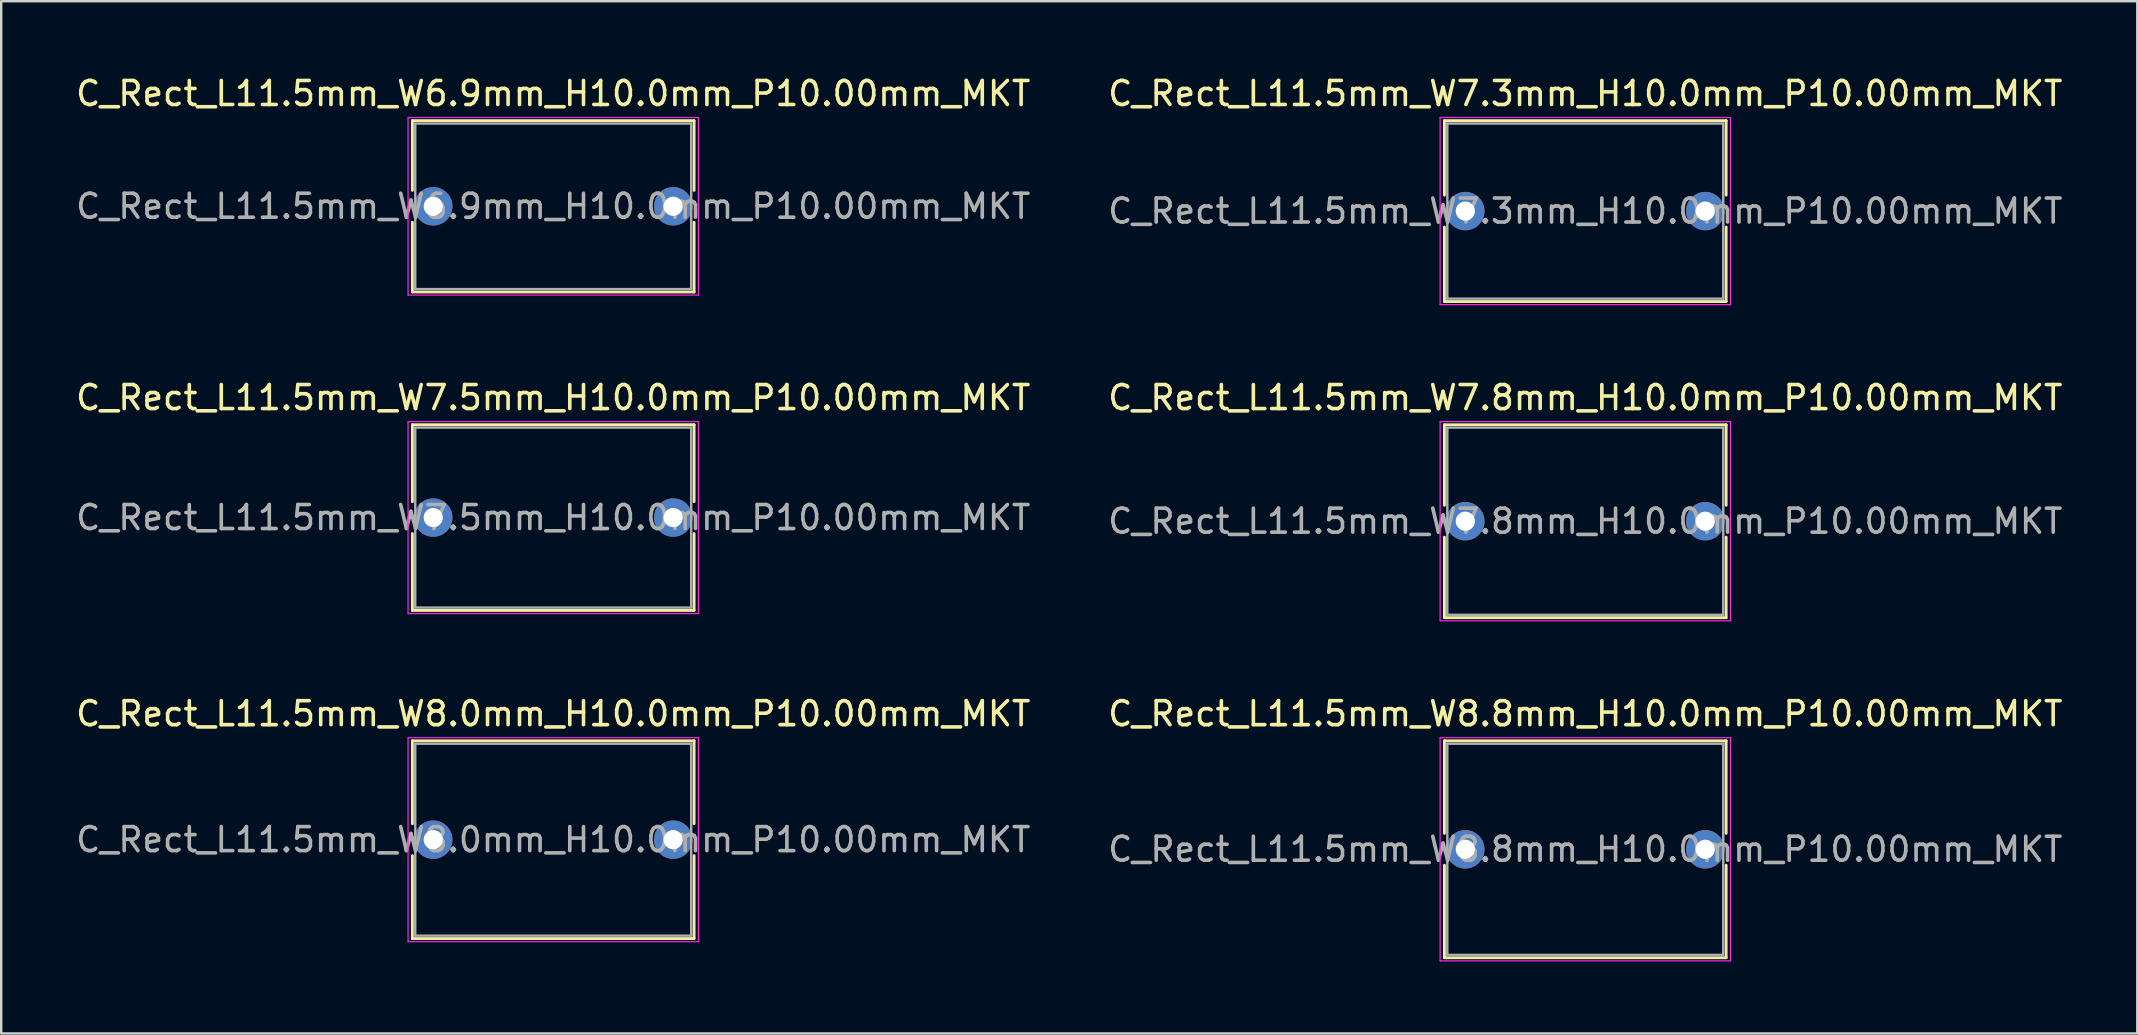
<source format=kicad_pcb>
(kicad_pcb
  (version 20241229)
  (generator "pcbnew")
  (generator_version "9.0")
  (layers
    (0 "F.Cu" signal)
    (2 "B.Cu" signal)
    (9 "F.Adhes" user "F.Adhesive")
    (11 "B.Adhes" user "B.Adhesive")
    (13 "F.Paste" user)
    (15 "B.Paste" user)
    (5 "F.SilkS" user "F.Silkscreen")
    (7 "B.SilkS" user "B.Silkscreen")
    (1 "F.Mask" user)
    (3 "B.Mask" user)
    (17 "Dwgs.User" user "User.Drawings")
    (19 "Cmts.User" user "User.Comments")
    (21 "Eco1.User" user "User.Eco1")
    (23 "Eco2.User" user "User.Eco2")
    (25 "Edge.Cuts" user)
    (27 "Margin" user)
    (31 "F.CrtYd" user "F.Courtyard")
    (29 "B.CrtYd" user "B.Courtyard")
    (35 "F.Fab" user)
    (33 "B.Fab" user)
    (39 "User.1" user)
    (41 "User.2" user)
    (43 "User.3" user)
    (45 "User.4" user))
  (footprint "C_Rect_L11.5mm_W7.3mm_H10.0mm_P10.00mm_MKT"
    (layer "F.Cu")
    (at 58.018 5.748)
    (property "Reference" "C_Rect_L11.5mm_W7.3mm_H10.0mm_P10.00mm_MKT" (at 5 -4.9 0) (layer "F.SilkS") (effects (font (size 1 1) (thickness 0.15))))
    (attr through_hole)
    (fp_line (start -0.87 -3.77) (end -0.87 -0.665) (stroke (width 0.12) (type solid)) (layer "F.SilkS"))
    (fp_line (start -0.87 -3.77) (end 10.87 -3.77) (stroke (width 0.12) (type solid)) (layer "F.SilkS"))
    (fp_line (start -0.87 0.665) (end -0.87 3.77) (stroke (width 0.12) (type solid)) (layer "F.SilkS"))
    (fp_line (start -0.87 3.77) (end 10.87 3.77) (stroke (width 0.12) (type solid)) (layer "F.SilkS"))
    (fp_line (start 10.87 -3.77) (end 10.87 -0.665) (stroke (width 0.12) (type solid)) (layer "F.SilkS"))
    (fp_line (start 10.87 0.665) (end 10.87 3.77) (stroke (width 0.12) (type solid)) (layer "F.SilkS"))
    (fp_line (start -1.05 -3.9) (end -1.05 3.9) (stroke (width 0.05) (type solid)) (layer "F.CrtYd"))
    (fp_line (start -1.05 3.9) (end 11.05 3.9) (stroke (width 0.05) (type solid)) (layer "F.CrtYd"))
    (fp_line (start 11.05 -3.9) (end -1.05 -3.9) (stroke (width 0.05) (type solid)) (layer "F.CrtYd"))
    (fp_line (start 11.05 3.9) (end 11.05 -3.9) (stroke (width 0.05) (type solid)) (layer "F.CrtYd"))
    (fp_line (start -0.75 -3.65) (end -0.75 3.65) (stroke (width 0.1) (type solid)) (layer "F.Fab"))
    (fp_line (start -0.75 3.65) (end 10.75 3.65) (stroke (width 0.1) (type solid)) (layer "F.Fab"))
    (fp_line (start 10.75 -3.65) (end -0.75 -3.65) (stroke (width 0.1) (type solid)) (layer "F.Fab"))
    (fp_line (start 10.75 3.65) (end 10.75 -3.65) (stroke (width 0.1) (type solid)) (layer "F.Fab"))
    (fp_text user "${REFERENCE}" (at 5 0 0) (layer "F.Fab") (effects (font (size 1 1) (thickness 0.15))))
    (pad "1" thru_hole circle (at 0 0) (size 1.6 1.6) (drill 0.8) (layers "*.Cu" "*.Mask"))
    (pad "2" thru_hole circle (at 10 0) (size 1.6 1.6) (drill 0.8) (layers "*.Cu" "*.Mask")))
  (footprint "C_Rect_L11.5mm_W8.0mm_H10.0mm_P10.00mm_MKT"
    (layer "F.Cu")
    (at 15.006 31.945)
    (property "Reference" "C_Rect_L11.5mm_W8.0mm_H10.0mm_P10.00mm_MKT" (at 5 -5.25 0) (layer "F.SilkS") (effects (font (size 1 1) (thickness 0.15))))
    (attr through_hole)
    (fp_line (start -0.87 -4.12) (end -0.87 -0.665) (stroke (width 0.12) (type solid)) (layer "F.SilkS"))
    (fp_line (start -0.87 -4.12) (end 10.87 -4.12) (stroke (width 0.12) (type solid)) (layer "F.SilkS"))
    (fp_line (start -0.87 0.665) (end -0.87 4.12) (stroke (width 0.12) (type solid)) (layer "F.SilkS"))
    (fp_line (start -0.87 4.12) (end 10.87 4.12) (stroke (width 0.12) (type solid)) (layer "F.SilkS"))
    (fp_line (start 10.87 -4.12) (end 10.87 -0.665) (stroke (width 0.12) (type solid)) (layer "F.SilkS"))
    (fp_line (start 10.87 0.665) (end 10.87 4.12) (stroke (width 0.12) (type solid)) (layer "F.SilkS"))
    (fp_line (start -1.05 -4.25) (end -1.05 4.25) (stroke (width 0.05) (type solid)) (layer "F.CrtYd"))
    (fp_line (start -1.05 4.25) (end 11.05 4.25) (stroke (width 0.05) (type solid)) (layer "F.CrtYd"))
    (fp_line (start 11.05 -4.25) (end -1.05 -4.25) (stroke (width 0.05) (type solid)) (layer "F.CrtYd"))
    (fp_line (start 11.05 4.25) (end 11.05 -4.25) (stroke (width 0.05) (type solid)) (layer "F.CrtYd"))
    (fp_line (start -0.75 -4) (end -0.75 4) (stroke (width 0.1) (type solid)) (layer "F.Fab"))
    (fp_line (start -0.75 4) (end 10.75 4) (stroke (width 0.1) (type solid)) (layer "F.Fab"))
    (fp_line (start 10.75 -4) (end -0.75 -4) (stroke (width 0.1) (type solid)) (layer "F.Fab"))
    (fp_line (start 10.75 4) (end 10.75 -4) (stroke (width 0.1) (type solid)) (layer "F.Fab"))
    (fp_text user "${REFERENCE}" (at 5 0 0) (layer "F.Fab") (effects (font (size 1 1) (thickness 0.15))))
    (pad "1" thru_hole circle (at 0 0) (size 1.6 1.6) (drill 0.8) (layers "*.Cu" "*.Mask"))
    (pad "2" thru_hole circle (at 10 0) (size 1.6 1.6) (drill 0.8) (layers "*.Cu" "*.Mask")))
  (footprint "C_Rect_L11.5mm_W7.8mm_H10.0mm_P10.00mm_MKT"
    (layer "F.Cu")
    (at 58.018 18.672)
    (property "Reference" "C_Rect_L11.5mm_W7.8mm_H10.0mm_P10.00mm_MKT" (at 5 -5.15 0) (layer "F.SilkS") (effects (font (size 1 1) (thickness 0.15))))
    (attr through_hole)
    (fp_line (start -0.87 -4.02) (end -0.87 -0.665) (stroke (width 0.12) (type solid)) (layer "F.SilkS"))
    (fp_line (start -0.87 -4.02) (end 10.87 -4.02) (stroke (width 0.12) (type solid)) (layer "F.SilkS"))
    (fp_line (start -0.87 0.665) (end -0.87 4.02) (stroke (width 0.12) (type solid)) (layer "F.SilkS"))
    (fp_line (start -0.87 4.02) (end 10.87 4.02) (stroke (width 0.12) (type solid)) (layer "F.SilkS"))
    (fp_line (start 10.87 -4.02) (end 10.87 -0.665) (stroke (width 0.12) (type solid)) (layer "F.SilkS"))
    (fp_line (start 10.87 0.665) (end 10.87 4.02) (stroke (width 0.12) (type solid)) (layer "F.SilkS"))
    (fp_line (start -1.05 -4.15) (end -1.05 4.15) (stroke (width 0.05) (type solid)) (layer "F.CrtYd"))
    (fp_line (start -1.05 4.15) (end 11.05 4.15) (stroke (width 0.05) (type solid)) (layer "F.CrtYd"))
    (fp_line (start 11.05 -4.15) (end -1.05 -4.15) (stroke (width 0.05) (type solid)) (layer "F.CrtYd"))
    (fp_line (start 11.05 4.15) (end 11.05 -4.15) (stroke (width 0.05) (type solid)) (layer "F.CrtYd"))
    (fp_line (start -0.75 -3.9) (end -0.75 3.9) (stroke (width 0.1) (type solid)) (layer "F.Fab"))
    (fp_line (start -0.75 3.9) (end 10.75 3.9) (stroke (width 0.1) (type solid)) (layer "F.Fab"))
    (fp_line (start 10.75 -3.9) (end -0.75 -3.9) (stroke (width 0.1) (type solid)) (layer "F.Fab"))
    (fp_line (start 10.75 3.9) (end 10.75 -3.9) (stroke (width 0.1) (type solid)) (layer "F.Fab"))
    (fp_text user "${REFERENCE}" (at 5 0 0) (layer "F.Fab") (effects (font (size 1 1) (thickness 0.15))))
    (pad "1" thru_hole circle (at 0 0) (size 1.6 1.6) (drill 0.8) (layers "*.Cu" "*.Mask"))
    (pad "2" thru_hole circle (at 10 0) (size 1.6 1.6) (drill 0.8) (layers "*.Cu" "*.Mask")))
  (footprint "C_Rect_L11.5mm_W8.8mm_H10.0mm_P10.00mm_MKT"
    (layer "F.Cu")
    (at 58.018 32.345)
    (property "Reference" "C_Rect_L11.5mm_W8.8mm_H10.0mm_P10.00mm_MKT" (at 5 -5.65 0) (layer "F.SilkS") (effects (font (size 1 1) (thickness 0.15))))
    (attr through_hole)
    (fp_line (start -0.87 -4.52) (end -0.87 -0.665) (stroke (width 0.12) (type solid)) (layer "F.SilkS"))
    (fp_line (start -0.87 -4.52) (end 10.87 -4.52) (stroke (width 0.12) (type solid)) (layer "F.SilkS"))
    (fp_line (start -0.87 0.665) (end -0.87 4.52) (stroke (width 0.12) (type solid)) (layer "F.SilkS"))
    (fp_line (start -0.87 4.52) (end 10.87 4.52) (stroke (width 0.12) (type solid)) (layer "F.SilkS"))
    (fp_line (start 10.87 -4.52) (end 10.87 -0.665) (stroke (width 0.12) (type solid)) (layer "F.SilkS"))
    (fp_line (start 10.87 0.665) (end 10.87 4.52) (stroke (width 0.12) (type solid)) (layer "F.SilkS"))
    (fp_line (start -1.05 -4.65) (end -1.05 4.65) (stroke (width 0.05) (type solid)) (layer "F.CrtYd"))
    (fp_line (start -1.05 4.65) (end 11.05 4.65) (stroke (width 0.05) (type solid)) (layer "F.CrtYd"))
    (fp_line (start 11.05 -4.65) (end -1.05 -4.65) (stroke (width 0.05) (type solid)) (layer "F.CrtYd"))
    (fp_line (start 11.05 4.65) (end 11.05 -4.65) (stroke (width 0.05) (type solid)) (layer "F.CrtYd"))
    (fp_line (start -0.75 -4.4) (end -0.75 4.4) (stroke (width 0.1) (type solid)) (layer "F.Fab"))
    (fp_line (start -0.75 4.4) (end 10.75 4.4) (stroke (width 0.1) (type solid)) (layer "F.Fab"))
    (fp_line (start 10.75 -4.4) (end -0.75 -4.4) (stroke (width 0.1) (type solid)) (layer "F.Fab"))
    (fp_line (start 10.75 4.4) (end 10.75 -4.4) (stroke (width 0.1) (type solid)) (layer "F.Fab"))
    (fp_text user "${REFERENCE}" (at 5 0 0) (layer "F.Fab") (effects (font (size 1 1) (thickness 0.15))))
    (pad "1" thru_hole circle (at 0 0) (size 1.6 1.6) (drill 0.8) (layers "*.Cu" "*.Mask"))
    (pad "2" thru_hole circle (at 10 0) (size 1.6 1.6) (drill 0.8) (layers "*.Cu" "*.Mask")))
  (footprint "C_Rect_L11.5mm_W7.5mm_H10.0mm_P10.00mm_MKT"
    (layer "F.Cu")
    (at 15.006 18.521)
    (property "Reference" "C_Rect_L11.5mm_W7.5mm_H10.0mm_P10.00mm_MKT" (at 5 -5 0) (layer "F.SilkS") (effects (font (size 1 1) (thickness 0.15))))
    (attr through_hole)
    (fp_line (start -0.87 -3.87) (end -0.87 -0.665) (stroke (width 0.12) (type solid)) (layer "F.SilkS"))
    (fp_line (start -0.87 -3.87) (end 10.87 -3.87) (stroke (width 0.12) (type solid)) (layer "F.SilkS"))
    (fp_line (start -0.87 0.665) (end -0.87 3.87) (stroke (width 0.12) (type solid)) (layer "F.SilkS"))
    (fp_line (start -0.87 3.87) (end 10.87 3.87) (stroke (width 0.12) (type solid)) (layer "F.SilkS"))
    (fp_line (start 10.87 -3.87) (end 10.87 -0.665) (stroke (width 0.12) (type solid)) (layer "F.SilkS"))
    (fp_line (start 10.87 0.665) (end 10.87 3.87) (stroke (width 0.12) (type solid)) (layer "F.SilkS"))
    (fp_line (start -1.05 -4) (end -1.05 4) (stroke (width 0.05) (type solid)) (layer "F.CrtYd"))
    (fp_line (start -1.05 4) (end 11.05 4) (stroke (width 0.05) (type solid)) (layer "F.CrtYd"))
    (fp_line (start 11.05 -4) (end -1.05 -4) (stroke (width 0.05) (type solid)) (layer "F.CrtYd"))
    (fp_line (start 11.05 4) (end 11.05 -4) (stroke (width 0.05) (type solid)) (layer "F.CrtYd"))
    (fp_line (start -0.75 -3.75) (end -0.75 3.75) (stroke (width 0.1) (type solid)) (layer "F.Fab"))
    (fp_line (start -0.75 3.75) (end 10.75 3.75) (stroke (width 0.1) (type solid)) (layer "F.Fab"))
    (fp_line (start 10.75 -3.75) (end -0.75 -3.75) (stroke (width 0.1) (type solid)) (layer "F.Fab"))
    (fp_line (start 10.75 3.75) (end 10.75 -3.75) (stroke (width 0.1) (type solid)) (layer "F.Fab"))
    (fp_text user "${REFERENCE}" (at 5 0 0) (layer "F.Fab") (effects (font (size 1 1) (thickness 0.15))))
    (pad "1" thru_hole circle (at 0 0) (size 1.6 1.6) (drill 0.8) (layers "*.Cu" "*.Mask"))
    (pad "2" thru_hole circle (at 10 0) (size 1.6 1.6) (drill 0.8) (layers "*.Cu" "*.Mask")))
  (footprint "C_Rect_L11.5mm_W6.9mm_H10.0mm_P10.00mm_MKT"
    (layer "F.Cu")
    (at 15.006 5.548)
    (property "Reference" "C_Rect_L11.5mm_W6.9mm_H10.0mm_P10.00mm_MKT" (at 5 -4.7 0) (layer "F.SilkS") (effects (font (size 1 1) (thickness 0.15))))
    (attr through_hole)
    (fp_line (start -0.87 -3.57) (end -0.87 -0.665) (stroke (width 0.12) (type solid)) (layer "F.SilkS"))
    (fp_line (start -0.87 -3.57) (end 10.87 -3.57) (stroke (width 0.12) (type solid)) (layer "F.SilkS"))
    (fp_line (start -0.87 0.665) (end -0.87 3.57) (stroke (width 0.12) (type solid)) (layer "F.SilkS"))
    (fp_line (start -0.87 3.57) (end 10.87 3.57) (stroke (width 0.12) (type solid)) (layer "F.SilkS"))
    (fp_line (start 10.87 -3.57) (end 10.87 -0.665) (stroke (width 0.12) (type solid)) (layer "F.SilkS"))
    (fp_line (start 10.87 0.665) (end 10.87 3.57) (stroke (width 0.12) (type solid)) (layer "F.SilkS"))
    (fp_line (start -1.05 -3.7) (end -1.05 3.7) (stroke (width 0.05) (type solid)) (layer "F.CrtYd"))
    (fp_line (start -1.05 3.7) (end 11.05 3.7) (stroke (width 0.05) (type solid)) (layer "F.CrtYd"))
    (fp_line (start 11.05 -3.7) (end -1.05 -3.7) (stroke (width 0.05) (type solid)) (layer "F.CrtYd"))
    (fp_line (start 11.05 3.7) (end 11.05 -3.7) (stroke (width 0.05) (type solid)) (layer "F.CrtYd"))
    (fp_line (start -0.75 -3.45) (end -0.75 3.45) (stroke (width 0.1) (type solid)) (layer "F.Fab"))
    (fp_line (start -0.75 3.45) (end 10.75 3.45) (stroke (width 0.1) (type solid)) (layer "F.Fab"))
    (fp_line (start 10.75 -3.45) (end -0.75 -3.45) (stroke (width 0.1) (type solid)) (layer "F.Fab"))
    (fp_line (start 10.75 3.45) (end 10.75 -3.45) (stroke (width 0.1) (type solid)) (layer "F.Fab"))
    (fp_text user "${REFERENCE}" (at 5 0 0) (layer "F.Fab") (effects (font (size 1 1) (thickness 0.15))))
    (pad "1" thru_hole circle (at 0 0) (size 1.6 1.6) (drill 0.8) (layers "*.Cu" "*.Mask"))
    (pad "2" thru_hole circle (at 10 0) (size 1.6 1.6) (drill 0.8) (layers "*.Cu" "*.Mask")))
  (gr_rect
    (start -3 -3)
    (end 86.024 40.02)
    (stroke (width 0.1) (type default))
    (fill no)
    (layer "Edge.Cuts")))
</source>
